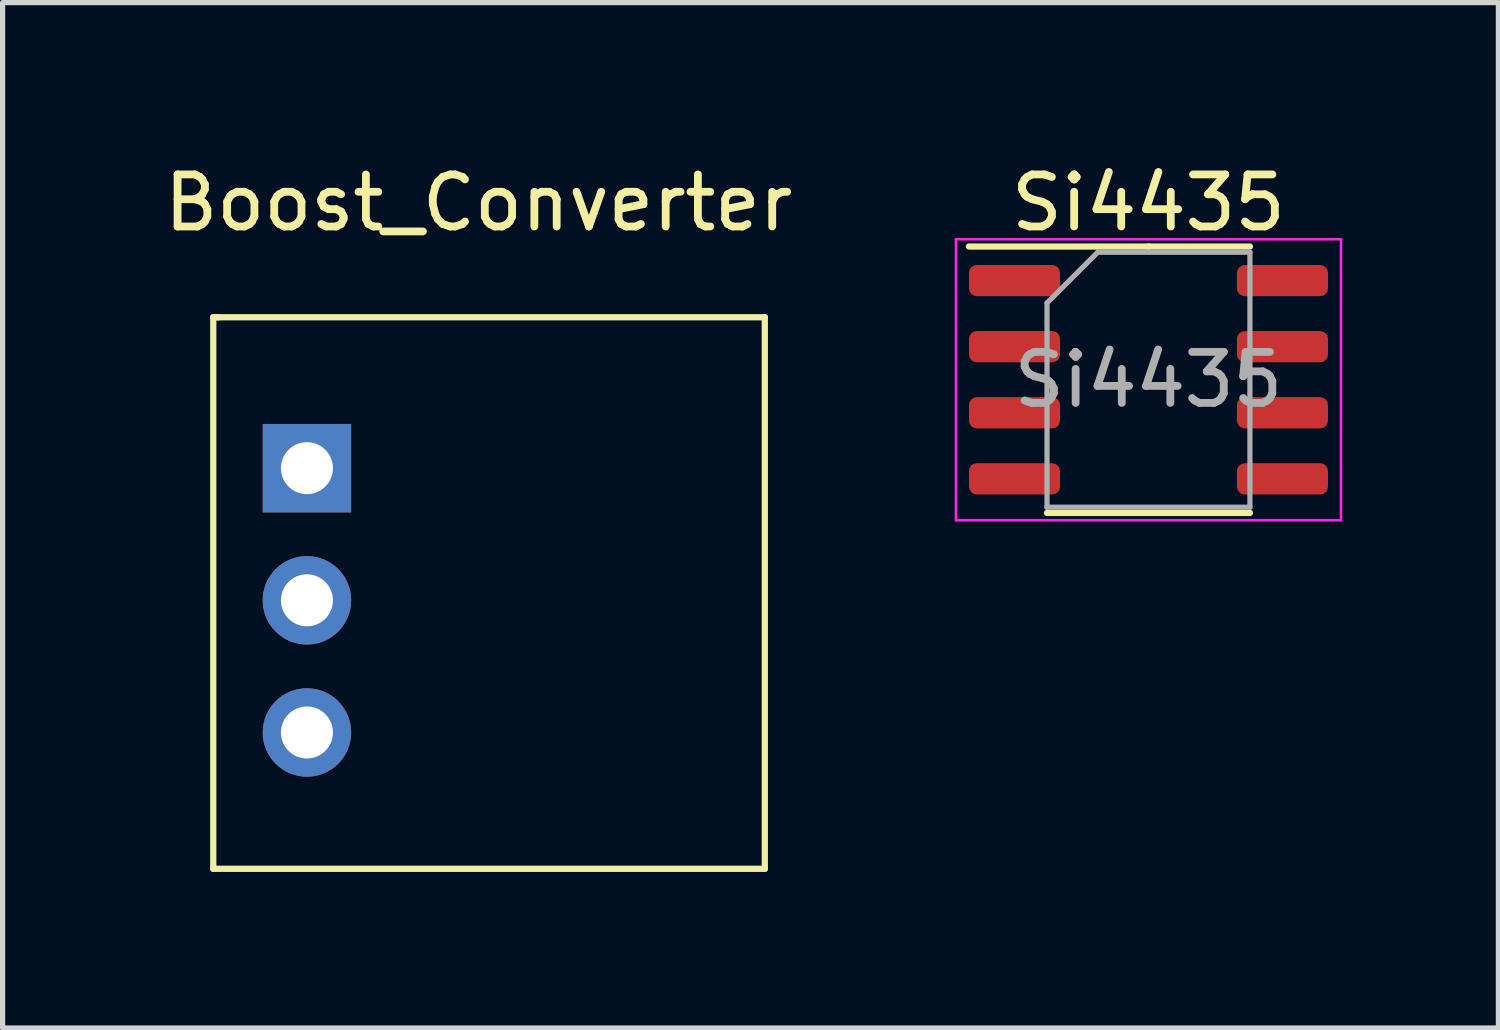
<source format=kicad_pcb>
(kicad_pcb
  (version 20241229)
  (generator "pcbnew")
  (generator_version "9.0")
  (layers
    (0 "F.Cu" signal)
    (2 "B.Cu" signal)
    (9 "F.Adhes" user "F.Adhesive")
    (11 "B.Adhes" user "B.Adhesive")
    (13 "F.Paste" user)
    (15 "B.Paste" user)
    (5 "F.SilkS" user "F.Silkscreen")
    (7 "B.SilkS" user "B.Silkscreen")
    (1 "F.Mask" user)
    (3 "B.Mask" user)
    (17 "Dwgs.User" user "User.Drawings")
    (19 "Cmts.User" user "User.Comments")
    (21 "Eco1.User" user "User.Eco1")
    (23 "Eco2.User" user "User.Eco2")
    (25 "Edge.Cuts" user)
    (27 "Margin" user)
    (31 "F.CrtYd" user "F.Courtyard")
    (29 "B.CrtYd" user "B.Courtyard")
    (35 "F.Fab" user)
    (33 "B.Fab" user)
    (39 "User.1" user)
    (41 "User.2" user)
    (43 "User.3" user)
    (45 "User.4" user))
  (footprint "Si4435"
    (layer "F.Cu")
    (at 19.023 4.248)
    (property "Reference" "Si4435" (at 0 -3.4 0) (layer "F.SilkS") (effects (font (size 1 1) (thickness 0.15))))
    (attr smd)
    (fp_line (start 0 -2.56) (end -3.45 -2.56) (stroke (width 0.12) (type solid)) (layer "F.SilkS"))
    (fp_line (start 0 -2.56) (end 1.95 -2.56) (stroke (width 0.12) (type solid)) (layer "F.SilkS"))
    (fp_line (start 0 2.56) (end -1.95 2.56) (stroke (width 0.12) (type solid)) (layer "F.SilkS"))
    (fp_line (start 0 2.56) (end 1.95 2.56) (stroke (width 0.12) (type solid)) (layer "F.SilkS"))
    (fp_line (start -3.7 -2.7) (end -3.7 2.7) (stroke (width 0.05) (type solid)) (layer "F.CrtYd"))
    (fp_line (start -3.7 2.7) (end 3.7 2.7) (stroke (width 0.05) (type solid)) (layer "F.CrtYd"))
    (fp_line (start 3.7 -2.7) (end -3.7 -2.7) (stroke (width 0.05) (type solid)) (layer "F.CrtYd"))
    (fp_line (start 3.7 2.7) (end 3.7 -2.7) (stroke (width 0.05) (type solid)) (layer "F.CrtYd"))
    (fp_line (start -1.95 -1.475) (end -0.975 -2.45) (stroke (width 0.1) (type solid)) (layer "F.Fab"))
    (fp_line (start -1.95 2.45) (end -1.95 -1.475) (stroke (width 0.1) (type solid)) (layer "F.Fab"))
    (fp_line (start -0.975 -2.45) (end 1.95 -2.45) (stroke (width 0.1) (type solid)) (layer "F.Fab"))
    (fp_line (start 1.95 -2.45) (end 1.95 2.45) (stroke (width 0.1) (type solid)) (layer "F.Fab"))
    (fp_line (start 1.95 2.45) (end -1.95 2.45) (stroke (width 0.1) (type solid)) (layer "F.Fab"))
    (fp_text user "${REFERENCE}" (at 0 0 0) (layer "F.Fab") (effects (font (size 0.98 0.98) (thickness 0.15))))
    (pad "1" smd roundrect (at 2.575 1.905) (size 1.75 0.6) (layers "F.Cu" "F.Mask" "F.Paste") (roundrect_rratio 0.25))
    (pad "2" smd roundrect (at 2.575 0.635) (size 1.75 0.6) (layers "F.Cu" "F.Mask" "F.Paste") (roundrect_rratio 0.25))
    (pad "3" smd roundrect (at 2.575 -0.635) (size 1.75 0.6) (layers "F.Cu" "F.Mask" "F.Paste") (roundrect_rratio 0.25))
    (pad "4" smd roundrect (at 2.575 -1.905) (size 1.75 0.6) (layers "F.Cu" "F.Mask" "F.Paste") (roundrect_rratio 0.25))
    (pad "5" smd roundrect (at -2.575 -1.905) (size 1.75 0.6) (layers "F.Cu" "F.Mask" "F.Paste") (roundrect_rratio 0.25))
    (pad "6" smd roundrect (at -2.575 -0.635) (size 1.75 0.6) (layers "F.Cu" "F.Mask" "F.Paste") (roundrect_rratio 0.25))
    (pad "7" smd roundrect (at -2.575 0.635) (size 1.75 0.6) (layers "F.Cu" "F.Mask" "F.Paste") (roundrect_rratio 0.25))
    (pad "8" smd roundrect (at -2.575 1.905) (size 1.75 0.6) (layers "F.Cu" "F.Mask" "F.Paste") (roundrect_rratio 0.25)))
  (footprint "Boost_Converter"
    (layer "F.Cu")
    (at 6.349 8.348)
    (property "Reference" "Boost_Converter" (at -0.2 -7.5 0) (layer "F.SilkS") (effects (font (size 1 1) (thickness 0.15))))
    (attr through_hole)
    (fp_line (start -5.3 -5.3) (end -5.2 -5.3) (stroke (width 0.12) (type solid)) (layer "F.SilkS"))
    (fp_line (start -5.3 -5.3) (end 5.3 -5.3) (stroke (width 0.12) (type solid)) (layer "F.SilkS"))
    (fp_line (start -5.3 5.3) (end -5.3 -5.3) (stroke (width 0.12) (type solid)) (layer "F.SilkS"))
    (fp_line (start 5.3 -5.3) (end 5.3 5.3) (stroke (width 0.12) (type solid)) (layer "F.SilkS"))
    (fp_line (start 5.3 5.3) (end -5.3 5.3) (stroke (width 0.12) (type solid)) (layer "F.SilkS"))
    (pad "1" thru_hole rect (at -3.5 -2.4) (size 1.7 1.7) (drill 1) (layers "*.Cu" "*.Mask"))
    (pad "2" thru_hole oval (at -3.5 0.14) (size 1.7 1.7) (drill 1) (layers "*.Cu" "*.Mask"))
    (pad "3" thru_hole oval (at -3.5 2.68) (size 1.7 1.7) (drill 1) (layers "*.Cu" "*.Mask")))
  (gr_rect
    (start -3 -3)
    (end 25.748 16.708)
    (stroke (width 0.1) (type default))
    (fill no)
    (layer "Edge.Cuts")))
</source>
